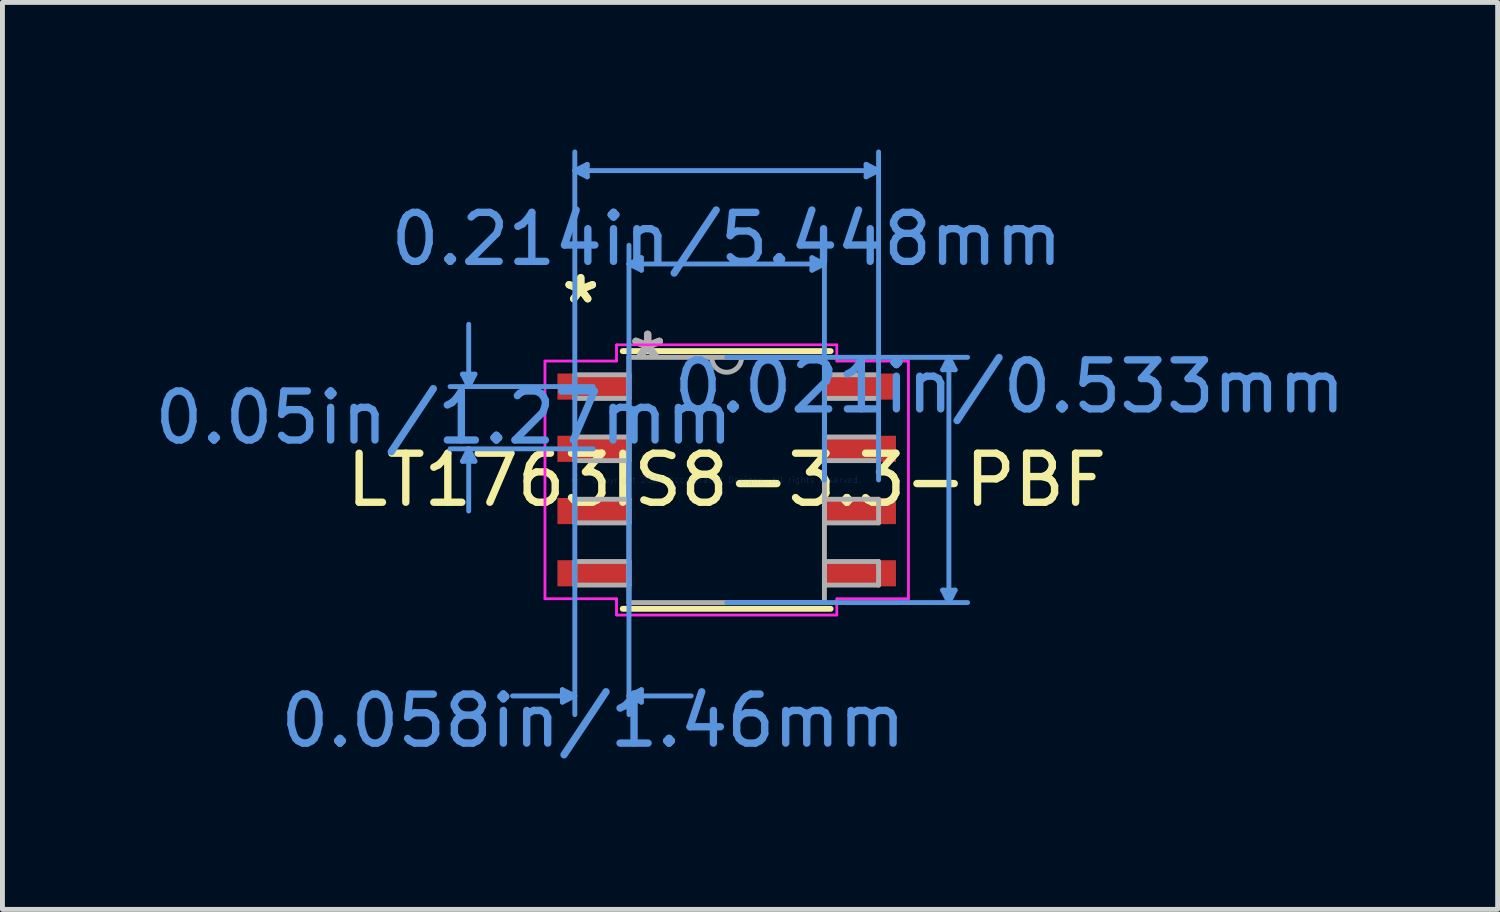
<source format=kicad_pcb>
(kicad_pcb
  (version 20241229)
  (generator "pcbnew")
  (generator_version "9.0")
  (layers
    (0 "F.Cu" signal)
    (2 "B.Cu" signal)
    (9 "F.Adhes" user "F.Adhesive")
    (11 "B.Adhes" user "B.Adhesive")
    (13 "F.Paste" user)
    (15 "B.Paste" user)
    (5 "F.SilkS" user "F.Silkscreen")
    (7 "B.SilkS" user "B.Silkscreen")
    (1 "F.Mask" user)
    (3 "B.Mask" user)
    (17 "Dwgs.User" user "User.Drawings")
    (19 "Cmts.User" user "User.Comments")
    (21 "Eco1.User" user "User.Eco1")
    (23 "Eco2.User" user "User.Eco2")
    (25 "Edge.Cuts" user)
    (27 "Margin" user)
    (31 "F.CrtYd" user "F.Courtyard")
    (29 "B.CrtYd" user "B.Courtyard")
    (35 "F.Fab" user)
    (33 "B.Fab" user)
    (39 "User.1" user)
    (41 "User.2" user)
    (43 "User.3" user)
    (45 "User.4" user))
  (footprint "LT1763IS8-3.3-PBF"
    (layer "F.Cu")
    (at 11.778 6.743)
    (property "Reference" "LT1763IS8-3.3-PBF" (at 0 0 0) (layer "F.SilkS") (effects (font (size 1 1) (thickness 0.15))))
    (attr through_hole)
    (fp_line (start -2.121 2.629) (end 2.121 2.629) (stroke (width 0.12) (type solid)) (layer "F.SilkS"))
    (fp_line (start 2.121 -2.629) (end -2.121 -2.629) (stroke (width 0.12) (type solid)) (layer "F.SilkS"))
    (fp_line (start -5.391 -2.159) (end -5.137 -2.159) (stroke (width 0.1) (type solid)) (layer "Cmts.User"))
    (fp_line (start -5.391 -0.381) (end -5.137 -0.381) (stroke (width 0.1) (type solid)) (layer "Cmts.User"))
    (fp_line (start -5.264 -1.905) (end -5.391 -2.159) (stroke (width 0.1) (type solid)) (layer "Cmts.User"))
    (fp_line (start -5.264 -1.905) (end -5.264 -3.175) (stroke (width 0.1) (type solid)) (layer "Cmts.User"))
    (fp_line (start -5.264 -1.905) (end -5.137 -2.159) (stroke (width 0.1) (type solid)) (layer "Cmts.User"))
    (fp_line (start -5.264 -0.635) (end -5.391 -0.381) (stroke (width 0.1) (type solid)) (layer "Cmts.User"))
    (fp_line (start -5.264 -0.635) (end -5.264 0.635) (stroke (width 0.1) (type solid)) (layer "Cmts.User"))
    (fp_line (start -5.264 -0.635) (end -5.137 -0.381) (stroke (width 0.1) (type solid)) (layer "Cmts.User"))
    (fp_line (start -3.353 4.28) (end -3.353 4.534) (stroke (width 0.1) (type solid)) (layer "Cmts.User"))
    (fp_line (start -3.099 -6.312) (end -2.845 -6.439) (stroke (width 0.1) (type solid)) (layer "Cmts.User"))
    (fp_line (start -3.099 -6.312) (end -2.845 -6.185) (stroke (width 0.1) (type solid)) (layer "Cmts.User"))
    (fp_line (start -3.099 -6.312) (end 3.099 -6.312) (stroke (width 0.1) (type solid)) (layer "Cmts.User"))
    (fp_line (start -3.099 0) (end -3.099 -6.693) (stroke (width 0.1) (type solid)) (layer "Cmts.User"))
    (fp_line (start -3.099 0) (end -3.099 4.788) (stroke (width 0.1) (type solid)) (layer "Cmts.User"))
    (fp_line (start -3.099 4.407) (end -4.369 4.407) (stroke (width 0.1) (type solid)) (layer "Cmts.User"))
    (fp_line (start -3.099 4.407) (end -3.353 4.28) (stroke (width 0.1) (type solid)) (layer "Cmts.User"))
    (fp_line (start -3.099 4.407) (end -3.353 4.534) (stroke (width 0.1) (type solid)) (layer "Cmts.User"))
    (fp_line (start -2.845 -6.439) (end -2.845 -6.185) (stroke (width 0.1) (type solid)) (layer "Cmts.User"))
    (fp_line (start -2.724 -1.905) (end -5.645 -1.905) (stroke (width 0.1) (type solid)) (layer "Cmts.User"))
    (fp_line (start -2.724 -0.635) (end -5.645 -0.635) (stroke (width 0.1) (type solid)) (layer "Cmts.User"))
    (fp_line (start -1.994 -4.407) (end -1.74 -4.534) (stroke (width 0.1) (type solid)) (layer "Cmts.User"))
    (fp_line (start -1.994 -4.407) (end -1.74 -4.28) (stroke (width 0.1) (type solid)) (layer "Cmts.User"))
    (fp_line (start -1.994 -4.407) (end 1.994 -4.407) (stroke (width 0.1) (type solid)) (layer "Cmts.User"))
    (fp_line (start -1.994 0) (end -1.994 -4.788) (stroke (width 0.1) (type solid)) (layer "Cmts.User"))
    (fp_line (start -1.994 0) (end -1.994 4.788) (stroke (width 0.1) (type solid)) (layer "Cmts.User"))
    (fp_line (start -1.994 4.407) (end -1.74 4.28) (stroke (width 0.1) (type solid)) (layer "Cmts.User"))
    (fp_line (start -1.994 4.407) (end -1.74 4.534) (stroke (width 0.1) (type solid)) (layer "Cmts.User"))
    (fp_line (start -1.994 4.407) (end -0.724 4.407) (stroke (width 0.1) (type solid)) (layer "Cmts.User"))
    (fp_line (start -1.74 -4.534) (end -1.74 -4.28) (stroke (width 0.1) (type solid)) (layer "Cmts.User"))
    (fp_line (start -1.74 4.28) (end -1.74 4.534) (stroke (width 0.1) (type solid)) (layer "Cmts.User"))
    (fp_line (start 0 -2.502) (end 4.915 -2.502) (stroke (width 0.1) (type solid)) (layer "Cmts.User"))
    (fp_line (start 0 2.502) (end 4.915 2.502) (stroke (width 0.1) (type solid)) (layer "Cmts.User"))
    (fp_line (start 1.74 -4.534) (end 1.74 -4.28) (stroke (width 0.1) (type solid)) (layer "Cmts.User"))
    (fp_line (start 1.994 -4.407) (end 1.74 -4.534) (stroke (width 0.1) (type solid)) (layer "Cmts.User"))
    (fp_line (start 1.994 -4.407) (end 1.74 -4.28) (stroke (width 0.1) (type solid)) (layer "Cmts.User"))
    (fp_line (start 1.994 0) (end 1.994 -4.788) (stroke (width 0.1) (type solid)) (layer "Cmts.User"))
    (fp_line (start 2.845 -6.439) (end 2.845 -6.185) (stroke (width 0.1) (type solid)) (layer "Cmts.User"))
    (fp_line (start 3.099 -6.312) (end 2.845 -6.439) (stroke (width 0.1) (type solid)) (layer "Cmts.User"))
    (fp_line (start 3.099 -6.312) (end 2.845 -6.185) (stroke (width 0.1) (type solid)) (layer "Cmts.User"))
    (fp_line (start 3.099 0) (end 3.099 -6.693) (stroke (width 0.1) (type solid)) (layer "Cmts.User"))
    (fp_line (start 4.407 -2.248) (end 4.661 -2.248) (stroke (width 0.1) (type solid)) (layer "Cmts.User"))
    (fp_line (start 4.407 2.248) (end 4.661 2.248) (stroke (width 0.1) (type solid)) (layer "Cmts.User"))
    (fp_line (start 4.534 -2.502) (end 4.407 -2.248) (stroke (width 0.1) (type solid)) (layer "Cmts.User"))
    (fp_line (start 4.534 -2.502) (end 4.534 2.502) (stroke (width 0.1) (type solid)) (layer "Cmts.User"))
    (fp_line (start 4.534 -2.502) (end 4.661 -2.248) (stroke (width 0.1) (type solid)) (layer "Cmts.User"))
    (fp_line (start 4.534 2.502) (end 4.407 2.248) (stroke (width 0.1) (type solid)) (layer "Cmts.User"))
    (fp_line (start 4.534 2.502) (end 4.661 2.248) (stroke (width 0.1) (type solid)) (layer "Cmts.User"))
    (fp_line (start -3.708 -2.426) (end -2.248 -2.426) (stroke (width 0.05) (type solid)) (layer "F.CrtYd"))
    (fp_line (start -3.708 -2.426) (end -2.248 -2.426) (stroke (width 0.05) (type solid)) (layer "F.CrtYd"))
    (fp_line (start -3.708 2.426) (end -3.708 -2.426) (stroke (width 0.05) (type solid)) (layer "F.CrtYd"))
    (fp_line (start -3.708 2.426) (end -3.708 -2.426) (stroke (width 0.05) (type solid)) (layer "F.CrtYd"))
    (fp_line (start -3.708 2.426) (end -2.248 2.426) (stroke (width 0.05) (type solid)) (layer "F.CrtYd"))
    (fp_line (start -2.248 -2.756) (end 2.248 -2.756) (stroke (width 0.05) (type solid)) (layer "F.CrtYd"))
    (fp_line (start -2.248 -2.756) (end 2.248 -2.756) (stroke (width 0.05) (type solid)) (layer "F.CrtYd"))
    (fp_line (start -2.248 -2.426) (end -2.248 -2.756) (stroke (width 0.05) (type solid)) (layer "F.CrtYd"))
    (fp_line (start -2.248 -2.426) (end -2.248 -2.756) (stroke (width 0.05) (type solid)) (layer "F.CrtYd"))
    (fp_line (start -2.248 2.426) (end -3.708 2.426) (stroke (width 0.05) (type solid)) (layer "F.CrtYd"))
    (fp_line (start -2.248 2.756) (end -2.248 2.426) (stroke (width 0.05) (type solid)) (layer "F.CrtYd"))
    (fp_line (start -2.248 2.756) (end -2.248 2.426) (stroke (width 0.05) (type solid)) (layer "F.CrtYd"))
    (fp_line (start 2.248 -2.756) (end 2.248 -2.426) (stroke (width 0.05) (type solid)) (layer "F.CrtYd"))
    (fp_line (start 2.248 -2.756) (end 2.248 -2.426) (stroke (width 0.05) (type solid)) (layer "F.CrtYd"))
    (fp_line (start 2.248 -2.426) (end 3.708 -2.426) (stroke (width 0.05) (type solid)) (layer "F.CrtYd"))
    (fp_line (start 2.248 2.426) (end 2.248 2.756) (stroke (width 0.05) (type solid)) (layer "F.CrtYd"))
    (fp_line (start 2.248 2.426) (end 2.248 2.756) (stroke (width 0.05) (type solid)) (layer "F.CrtYd"))
    (fp_line (start 2.248 2.756) (end -2.248 2.756) (stroke (width 0.05) (type solid)) (layer "F.CrtYd"))
    (fp_line (start 2.248 2.756) (end -2.248 2.756) (stroke (width 0.05) (type solid)) (layer "F.CrtYd"))
    (fp_line (start 3.708 -2.426) (end 2.248 -2.426) (stroke (width 0.05) (type solid)) (layer "F.CrtYd"))
    (fp_line (start 3.708 -2.426) (end 3.708 2.426) (stroke (width 0.05) (type solid)) (layer "F.CrtYd"))
    (fp_line (start 3.708 -2.426) (end 3.708 2.426) (stroke (width 0.05) (type solid)) (layer "F.CrtYd"))
    (fp_line (start 3.708 2.426) (end 2.248 2.426) (stroke (width 0.05) (type solid)) (layer "F.CrtYd"))
    (fp_line (start 3.708 2.426) (end 2.248 2.426) (stroke (width 0.05) (type solid)) (layer "F.CrtYd"))
    (fp_line (start -3.099 -2.146) (end -3.099 -1.664) (stroke (width 0.1) (type solid)) (layer "F.Fab"))
    (fp_line (start -3.099 -1.664) (end -1.994 -1.664) (stroke (width 0.1) (type solid)) (layer "F.Fab"))
    (fp_line (start -3.099 -0.876) (end -3.099 -0.394) (stroke (width 0.1) (type solid)) (layer "F.Fab"))
    (fp_line (start -3.099 -0.394) (end -1.994 -0.394) (stroke (width 0.1) (type solid)) (layer "F.Fab"))
    (fp_line (start -3.099 0.394) (end -3.099 0.876) (stroke (width 0.1) (type solid)) (layer "F.Fab"))
    (fp_line (start -3.099 0.876) (end -1.994 0.876) (stroke (width 0.1) (type solid)) (layer "F.Fab"))
    (fp_line (start -3.099 1.664) (end -3.099 2.146) (stroke (width 0.1) (type solid)) (layer "F.Fab"))
    (fp_line (start -3.099 2.146) (end -1.994 2.146) (stroke (width 0.1) (type solid)) (layer "F.Fab"))
    (fp_line (start -1.994 -2.502) (end -1.994 2.502) (stroke (width 0.1) (type solid)) (layer "F.Fab"))
    (fp_line (start -1.994 -2.146) (end -3.099 -2.146) (stroke (width 0.1) (type solid)) (layer "F.Fab"))
    (fp_line (start -1.994 -1.664) (end -1.994 -2.146) (stroke (width 0.1) (type solid)) (layer "F.Fab"))
    (fp_line (start -1.994 -0.876) (end -3.099 -0.876) (stroke (width 0.1) (type solid)) (layer "F.Fab"))
    (fp_line (start -1.994 -0.394) (end -1.994 -0.876) (stroke (width 0.1) (type solid)) (layer "F.Fab"))
    (fp_line (start -1.994 0.394) (end -3.099 0.394) (stroke (width 0.1) (type solid)) (layer "F.Fab"))
    (fp_line (start -1.994 0.876) (end -1.994 0.394) (stroke (width 0.1) (type solid)) (layer "F.Fab"))
    (fp_line (start -1.994 1.664) (end -3.099 1.664) (stroke (width 0.1) (type solid)) (layer "F.Fab"))
    (fp_line (start -1.994 2.146) (end -1.994 1.664) (stroke (width 0.1) (type solid)) (layer "F.Fab"))
    (fp_line (start -1.994 2.502) (end 1.994 2.502) (stroke (width 0.1) (type solid)) (layer "F.Fab"))
    (fp_line (start 1.994 -2.502) (end -1.994 -2.502) (stroke (width 0.1) (type solid)) (layer "F.Fab"))
    (fp_line (start 1.994 -2.146) (end 1.994 -1.664) (stroke (width 0.1) (type solid)) (layer "F.Fab"))
    (fp_line (start 1.994 -1.664) (end 3.099 -1.664) (stroke (width 0.1) (type solid)) (layer "F.Fab"))
    (fp_line (start 1.994 -0.876) (end 1.994 -0.394) (stroke (width 0.1) (type solid)) (layer "F.Fab"))
    (fp_line (start 1.994 -0.394) (end 3.099 -0.394) (stroke (width 0.1) (type solid)) (layer "F.Fab"))
    (fp_line (start 1.994 0.394) (end 1.994 0.876) (stroke (width 0.1) (type solid)) (layer "F.Fab"))
    (fp_line (start 1.994 0.876) (end 3.099 0.876) (stroke (width 0.1) (type solid)) (layer "F.Fab"))
    (fp_line (start 1.994 1.664) (end 1.994 2.146) (stroke (width 0.1) (type solid)) (layer "F.Fab"))
    (fp_line (start 1.994 2.146) (end 3.099 2.146) (stroke (width 0.1) (type solid)) (layer "F.Fab"))
    (fp_line (start 1.994 2.502) (end 1.994 -2.502) (stroke (width 0.1) (type solid)) (layer "F.Fab"))
    (fp_line (start 3.099 -2.146) (end 1.994 -2.146) (stroke (width 0.1) (type solid)) (layer "F.Fab"))
    (fp_line (start 3.099 -1.664) (end 3.099 -2.146) (stroke (width 0.1) (type solid)) (layer "F.Fab"))
    (fp_line (start 3.099 -0.876) (end 1.994 -0.876) (stroke (width 0.1) (type solid)) (layer "F.Fab"))
    (fp_line (start 3.099 -0.394) (end 3.099 -0.876) (stroke (width 0.1) (type solid)) (layer "F.Fab"))
    (fp_line (start 3.099 0.394) (end 1.994 0.394) (stroke (width 0.1) (type solid)) (layer "F.Fab"))
    (fp_line (start 3.099 0.876) (end 3.099 0.394) (stroke (width 0.1) (type solid)) (layer "F.Fab"))
    (fp_line (start 3.099 1.664) (end 1.994 1.664) (stroke (width 0.1) (type solid)) (layer "F.Fab"))
    (fp_line (start 3.099 2.146) (end 3.099 1.664) (stroke (width 0.1) (type solid)) (layer "F.Fab"))
    (fp_arc (start 0.3048 -2.5019) (mid 0 -2.1971) (end -0.3048 -2.5019) (stroke (width 0.1) (type solid)) (layer "F.Fab"))
    (fp_text user "*" (at -2.978 -3.581 0) (layer "F.SilkS") (effects (font (size 1 1) (thickness 0.15))))
    (fp_text user "*" (at -2.978 -3.581 0) (layer "F.SilkS") (effects (font (size 1 1) (thickness 0.15))))
    (fp_text user "0.05in/1.27mm" (at -5.772 -1.27 0) (layer "Cmts.User") (effects (font (size 1 1) (thickness 0.15))))
    (fp_text user "0.214in/5.448mm" (at 0 -4.915 0) (layer "Cmts.User") (effects (font (size 1 1) (thickness 0.15))))
    (fp_text user "Copyright 2021 Accelerated Designs. All rights reserved." (at 0 0 0) (layer "Cmts.User") (effects (font (size 0.127 0.127) (thickness 0.002))))
    (fp_text user "0.021in/0.533mm" (at 5.772 -1.905 0) (layer "Cmts.User") (effects (font (size 1 1) (thickness 0.15))))
    (fp_text user "0.058in/1.46mm" (at -2.724 4.915 0) (layer "Cmts.User") (effects (font (size 1 1) (thickness 0.15))))
    (fp_text user "*" (at -1.613 -2.426 0) (layer "F.Fab") (effects (font (size 1 1) (thickness 0.15))))
    (fp_text user "*" (at -1.613 -2.426 0) (layer "F.Fab") (effects (font (size 1 1) (thickness 0.15))))
    (pad "1" smd rect (at -2.724 -1.905) (size 1.46 0.533) (layers "F.Cu" "F.Mask" "F.Paste"))
    (pad "2" smd rect (at -2.724 -0.635) (size 1.46 0.533) (layers "F.Cu" "F.Mask" "F.Paste"))
    (pad "3" smd rect (at -2.724 0.635) (size 1.46 0.533) (layers "F.Cu" "F.Mask" "F.Paste"))
    (pad "4" smd rect (at -2.724 1.905) (size 1.46 0.533) (layers "F.Cu" "F.Mask" "F.Paste"))
    (pad "5" smd rect (at 2.724 1.905) (size 1.46 0.533) (layers "F.Cu" "F.Mask" "F.Paste"))
    (pad "6" smd rect (at 2.724 0.635) (size 1.46 0.533) (layers "F.Cu" "F.Mask" "F.Paste"))
    (pad "7" smd rect (at 2.724 -0.635) (size 1.46 0.533) (layers "F.Cu" "F.Mask" "F.Paste"))
    (pad "8" smd rect (at 2.724 -1.905) (size 1.46 0.533) (layers "F.Cu" "F.Mask" "F.Paste")))
  (gr_rect
    (start -3 -3)
    (end 27.509 15.506)
    (stroke (width 0.1) (type default))
    (fill no)
    (layer "Edge.Cuts")))
</source>
